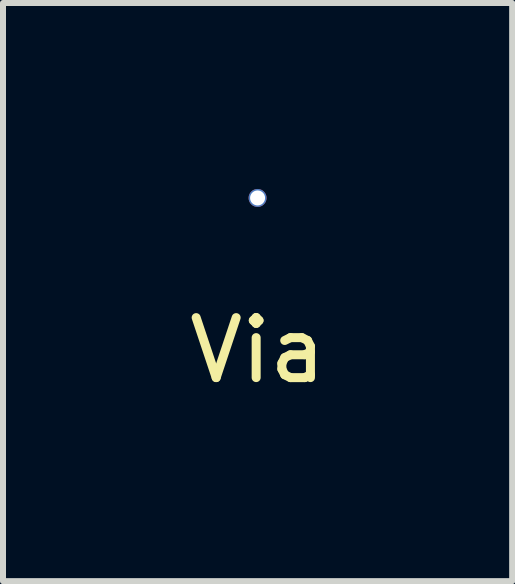
<source format=kicad_pcb>
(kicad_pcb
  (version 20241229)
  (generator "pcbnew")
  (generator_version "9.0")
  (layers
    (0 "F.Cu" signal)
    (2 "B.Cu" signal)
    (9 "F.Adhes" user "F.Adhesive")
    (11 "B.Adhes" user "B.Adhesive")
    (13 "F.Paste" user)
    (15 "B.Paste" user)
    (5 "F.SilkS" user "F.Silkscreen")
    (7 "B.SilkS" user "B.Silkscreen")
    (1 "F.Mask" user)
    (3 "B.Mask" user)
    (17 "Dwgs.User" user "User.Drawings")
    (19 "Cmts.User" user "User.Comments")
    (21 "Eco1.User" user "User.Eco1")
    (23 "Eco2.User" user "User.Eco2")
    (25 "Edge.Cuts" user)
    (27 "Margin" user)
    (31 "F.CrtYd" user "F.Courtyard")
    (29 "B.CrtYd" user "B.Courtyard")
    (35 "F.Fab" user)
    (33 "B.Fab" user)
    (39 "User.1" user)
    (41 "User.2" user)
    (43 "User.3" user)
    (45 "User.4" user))
  (footprint "Via"
    (layer "F.Cu")
    (at 1.244 0.25)
    (property "Reference" "Via" (at 0 2.54 0) (layer "F.SilkS") (effects (font (size 1 1) (thickness 0.15))))
    (attr through_hole)
    (pad "" np_thru_hole circle (at 0 0) (size 0.3 0.3) (drill 0.25) (layers "*.Cu" "*.Mask")))
  (gr_rect
    (start -3 -3)
    (end 5.488 6.638)
    (stroke (width 0.1) (type default))
    (fill no)
    (layer "Edge.Cuts")))
</source>
